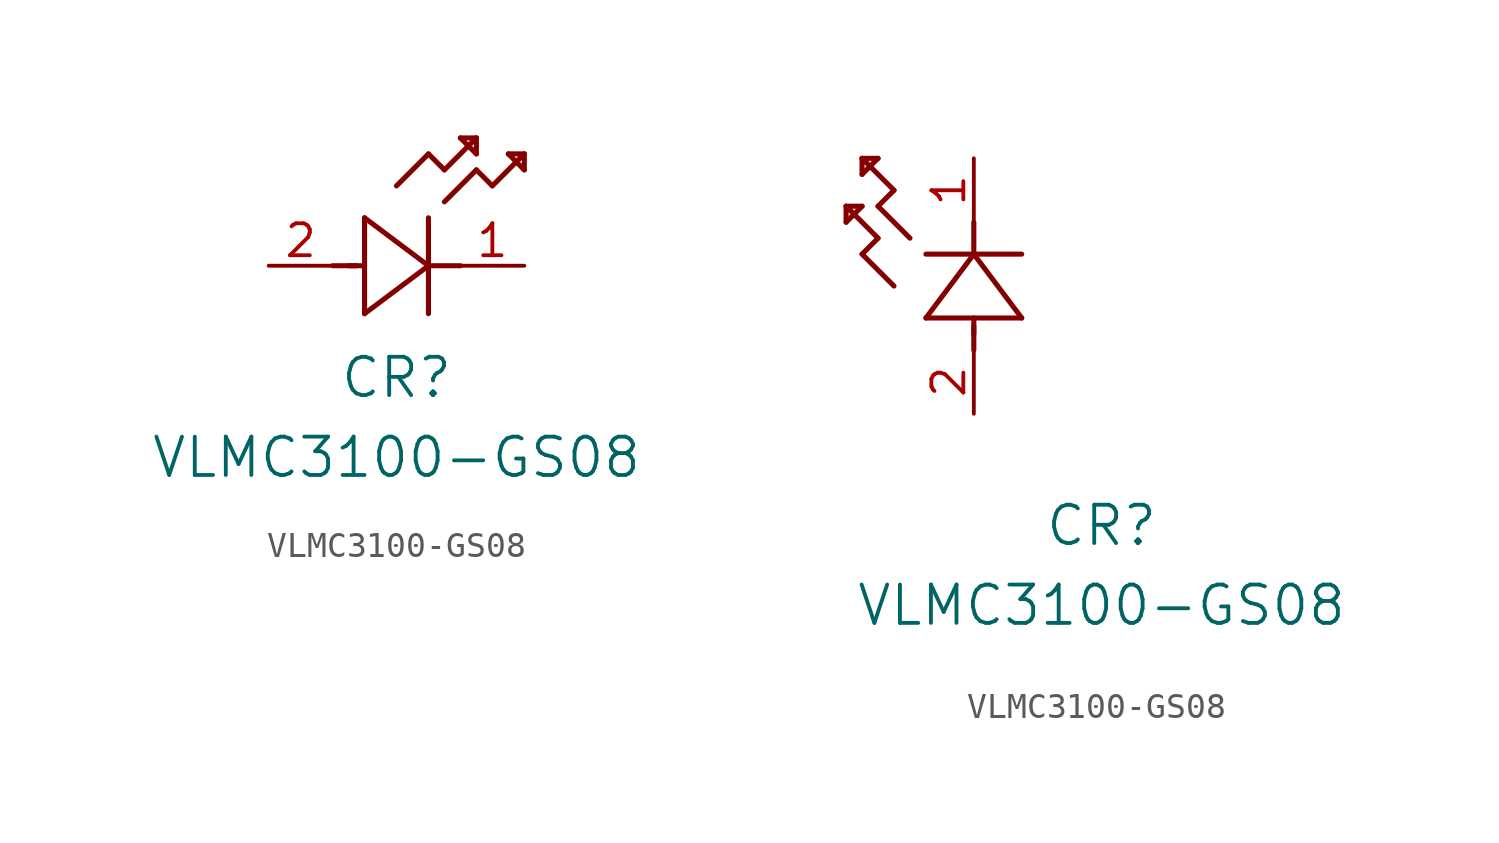
<source format=kicad_sym>
(kicad_symbol_lib
  (version 20211014)
  (generator kicad_symbol_editor)
  (symbol "VLMC3100-GS08"
    (pin_names
      (offset 0.254))
    (property "Reference" "CR"
      (at 5.08 -4.445 0)
      (effects (font (size 1.524 1.524))))
    (property "Value" "VLMC3100-GS08"
      (at 5.08 -7.62 0)
      (effects (font (size 1.524 1.524))))
    (symbol "VLMC3100-GS08_1_1"
      (polyline (pts (xy 2.54 0) (xy 3.48 0)) (stroke (width 0.203) (type default) (color 0 0 0 0)) (fill (type none)))
      (polyline (pts (xy 3.81 1.905) (xy 3.81 -1.905)) (stroke (width 0.203) (type default) (color 0 0 0 0)) (fill (type none)))
      (polyline (pts (xy 3.175 0) (xy 3.81 0)) (stroke (width 0.203) (type default) (color 0 0 0 0)) (fill (type none)))
      (polyline (pts (xy 6.35 -1.905) (xy 6.35 1.905)) (stroke (width 0.203) (type default) (color 0 0 0 0)) (fill (type none)))
      (polyline (pts (xy 6.35 0) (xy 7.62 0)) (stroke (width 0.203) (type default) (color 0 0 0 0)) (fill (type none)))
      (polyline (pts (xy 6.35 4.445) (xy 6.985 3.81)) (stroke (width 0.203) (type default) (color 0 0 0 0)) (fill (type none)))
      (polyline (pts (xy 6.985 3.81) (xy 8.255 5.08)) (stroke (width 0.203) (type default) (color 0 0 0 0)) (fill (type none)))
      (polyline (pts (xy 8.255 3.81) (xy 8.89 3.175)) (stroke (width 0.203) (type default) (color 0 0 0 0)) (fill (type none)))
      (polyline (pts (xy 8.89 3.175) (xy 10.16 4.445)) (stroke (width 0.203) (type default) (color 0 0 0 0)) (fill (type none)))
      (polyline (pts (xy 8.255 5.08) (xy 7.62 5.08)) (stroke (width 0.203) (type default) (color 0 0 0 0)) (fill (type none)))
      (polyline (pts (xy 7.62 5.08) (xy 8.255 4.445)) (stroke (width 0.203) (type default) (color 0 0 0 0)) (fill (type none)))
      (polyline (pts (xy 8.255 4.445) (xy 8.255 5.08)) (stroke (width 0.203) (type default) (color 0 0 0 0)) (fill (type none)))
      (polyline (pts (xy 10.16 4.445) (xy 9.525 4.445)) (stroke (width 0.203) (type default) (color 0 0 0 0)) (fill (type none)))
      (polyline (pts (xy 9.525 4.445) (xy 10.16 3.81)) (stroke (width 0.203) (type default) (color 0 0 0 0)) (fill (type none)))
      (polyline (pts (xy 10.16 3.81) (xy 10.16 4.445)) (stroke (width 0.203) (type default) (color 0 0 0 0)) (fill (type none)))
      (polyline (pts (xy 6.985 2.54) (xy 8.255 3.81)) (stroke (width 0.203) (type default) (color 0 0 0 0)) (fill (type none)))
      (polyline (pts (xy 6.35 0) (xy 3.81 1.905)) (stroke (width 0.203) (type default) (color 0 0 0 0)) (fill (type none)))
      (polyline (pts (xy 3.81 -1.905) (xy 6.35 0)) (stroke (width 0.203) (type default) (color 0 0 0 0)) (fill (type none)))
      (polyline (pts (xy 5.08 3.175) (xy 6.35 4.445)) (stroke (width 0.203) (type default) (color 0 0 0 0)) (fill (type none)))
      (pin passive line (at 10.16 0 180) (length 2.54) (name "" (effects (font (size 1.27 1.27)))) (number "1" (effects (font (size 1.27 1.27)))))
      (pin passive line (at 0 0 0) (length 2.54) (name "" (effects (font (size 1.27 1.27)))) (number "2" (effects (font (size 1.27 1.27))))))
    (symbol "VLMC3100-GS08_1_2"
      (polyline (pts (xy 0 2.54) (xy 0 3.48)) (stroke (width 0.203) (type default) (color 0 0 0 0)) (fill (type none)))
      (polyline (pts (xy -1.905 3.81) (xy 1.905 3.81)) (stroke (width 0.203) (type default) (color 0 0 0 0)) (fill (type none)))
      (polyline (pts (xy 0 3.175) (xy 0 3.81)) (stroke (width 0.203) (type default) (color 0 0 0 0)) (fill (type none)))
      (polyline (pts (xy 1.905 6.35) (xy -1.905 6.35)) (stroke (width 0.203) (type default) (color 0 0 0 0)) (fill (type none)))
      (polyline (pts (xy 0 6.35) (xy 0 7.62)) (stroke (width 0.203) (type default) (color 0 0 0 0)) (fill (type none)))
      (polyline (pts (xy 0 6.35) (xy -1.905 3.81)) (stroke (width 0.203) (type default) (color 0 0 0 0)) (fill (type none)))
      (polyline (pts (xy 1.905 3.81) (xy 0 6.35)) (stroke (width 0.203) (type default) (color 0 0 0 0)) (fill (type none)))
      (polyline (pts (xy -4.445 6.35) (xy -3.81 6.985)) (stroke (width 0.203) (type default) (color 0 0 0 0)) (fill (type none)))
      (polyline (pts (xy -2.54 6.985) (xy -3.81 8.255)) (stroke (width 0.203) (type default) (color 0 0 0 0)) (fill (type none)))
      (polyline (pts (xy -3.175 5.08) (xy -4.445 6.35)) (stroke (width 0.203) (type default) (color 0 0 0 0)) (fill (type none)))
      (polyline (pts (xy -4.445 10.16) (xy -4.445 9.525)) (stroke (width 0.203) (type default) (color 0 0 0 0)) (fill (type none)))
      (polyline (pts (xy -4.445 9.525) (xy -3.81 10.16)) (stroke (width 0.203) (type default) (color 0 0 0 0)) (fill (type none)))
      (polyline (pts (xy -3.81 10.16) (xy -4.445 10.16)) (stroke (width 0.203) (type default) (color 0 0 0 0)) (fill (type none)))
      (polyline (pts (xy -3.81 8.255) (xy -3.175 8.89)) (stroke (width 0.203) (type default) (color 0 0 0 0)) (fill (type none)))
      (polyline (pts (xy -3.175 8.89) (xy -4.445 10.16)) (stroke (width 0.203) (type default) (color 0 0 0 0)) (fill (type none)))
      (polyline (pts (xy -3.81 6.985) (xy -5.08 8.255)) (stroke (width 0.203) (type default) (color 0 0 0 0)) (fill (type none)))
      (polyline (pts (xy -5.08 8.255) (xy -5.08 7.62)) (stroke (width 0.203) (type default) (color 0 0 0 0)) (fill (type none)))
      (polyline (pts (xy -5.08 7.62) (xy -4.445 8.255)) (stroke (width 0.203) (type default) (color 0 0 0 0)) (fill (type none)))
      (polyline (pts (xy -4.445 8.255) (xy -5.08 8.255)) (stroke (width 0.203) (type default) (color 0 0 0 0)) (fill (type none)))
      (pin passive line (at 0 10.16 270) (length 2.54) (name "" (effects (font (size 1.27 1.27)))) (number "1" (effects (font (size 1.27 1.27)))))
      (pin passive line (at 0 0 90) (length 2.54) (name "" (effects (font (size 1.27 1.27)))) (number "2" (effects (font (size 1.27 1.27))))))))
</source>
